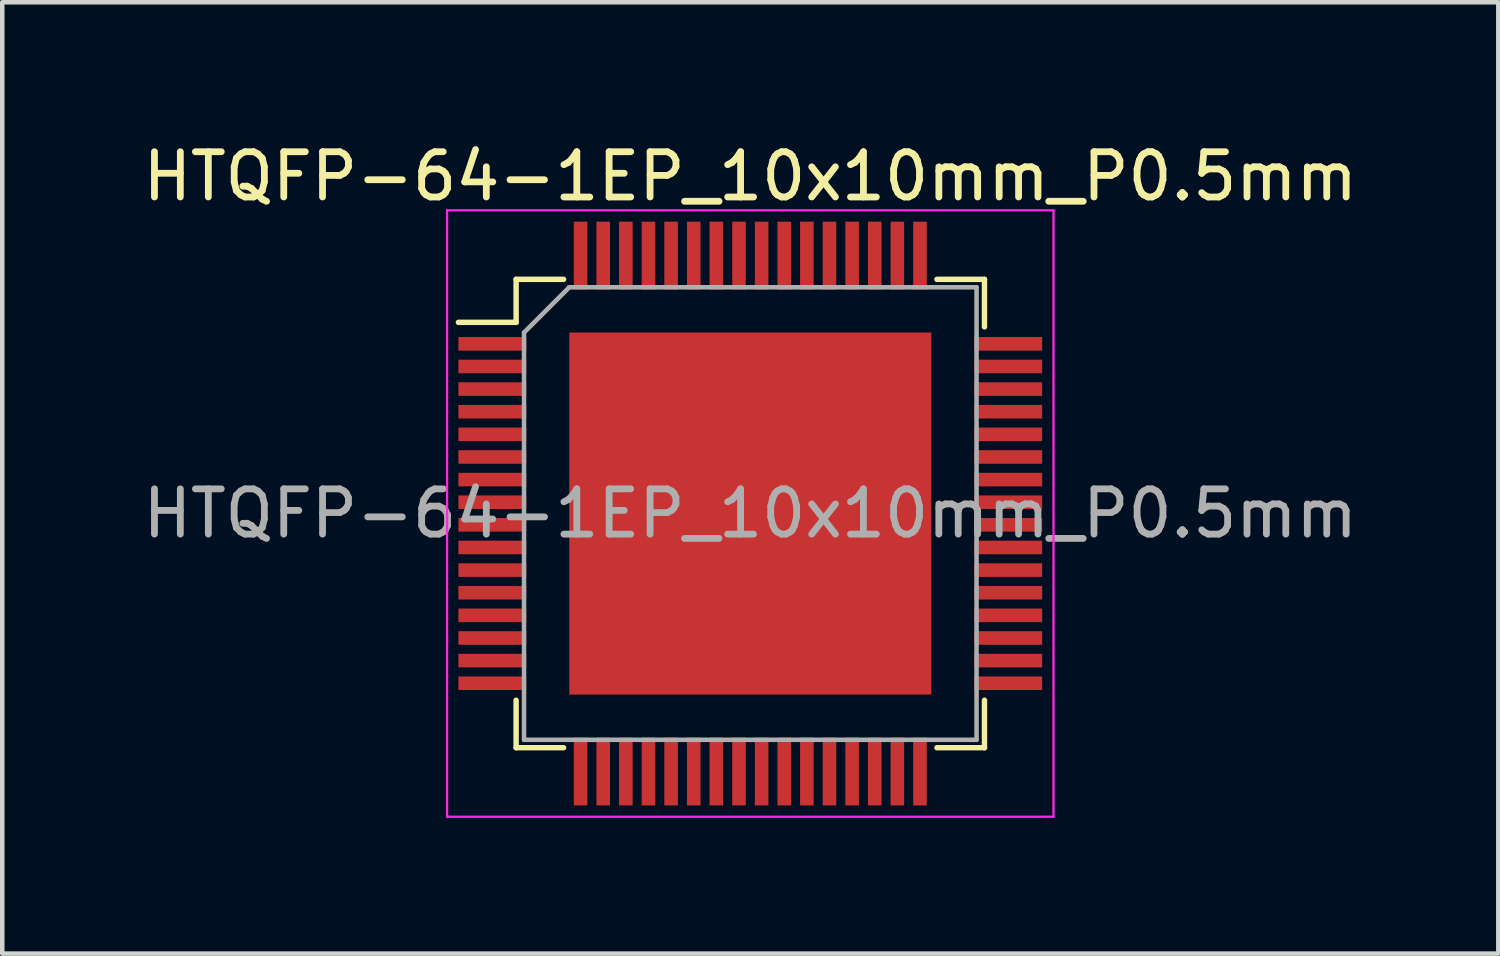
<source format=kicad_pcb>
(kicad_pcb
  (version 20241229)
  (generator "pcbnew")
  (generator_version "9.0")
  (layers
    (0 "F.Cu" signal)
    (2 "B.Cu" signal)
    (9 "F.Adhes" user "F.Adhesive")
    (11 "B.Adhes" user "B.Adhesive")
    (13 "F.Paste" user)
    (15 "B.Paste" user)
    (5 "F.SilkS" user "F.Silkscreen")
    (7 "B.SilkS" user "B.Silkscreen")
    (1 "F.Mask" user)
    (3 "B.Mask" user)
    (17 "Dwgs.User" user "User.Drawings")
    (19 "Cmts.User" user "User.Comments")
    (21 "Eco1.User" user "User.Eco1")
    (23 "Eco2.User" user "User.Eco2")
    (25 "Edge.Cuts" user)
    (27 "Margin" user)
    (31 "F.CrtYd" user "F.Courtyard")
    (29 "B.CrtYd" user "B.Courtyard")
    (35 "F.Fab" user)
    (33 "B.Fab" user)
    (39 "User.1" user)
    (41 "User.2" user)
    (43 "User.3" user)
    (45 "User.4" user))
  (footprint "HTQFP-64-1EP_10x10mm_P0.5mm"
    (layer "F.Cu")
    (at 13.53 8.298)
    (property "Reference" "HTQFP-64-1EP_10x10mm_P0.5mm" (at 0 -7.45 0) (layer "F.SilkS") (effects (font (size 1 1) (thickness 0.15))))
    (attr smd)
    (fp_line (start -5.175 -5.175) (end -5.175 -4.225) (stroke (width 0.12) (type solid)) (layer "F.SilkS"))
    (fp_line (start -5.175 -5.175) (end -4.125 -5.175) (stroke (width 0.12) (type solid)) (layer "F.SilkS"))
    (fp_line (start -5.175 -4.225) (end -6.45 -4.225) (stroke (width 0.12) (type solid)) (layer "F.SilkS"))
    (fp_line (start -5.175 5.175) (end -5.175 4.125) (stroke (width 0.12) (type solid)) (layer "F.SilkS"))
    (fp_line (start -5.175 5.175) (end -4.125 5.175) (stroke (width 0.12) (type solid)) (layer "F.SilkS"))
    (fp_line (start 5.175 -5.175) (end 4.125 -5.175) (stroke (width 0.12) (type solid)) (layer "F.SilkS"))
    (fp_line (start 5.175 -5.175) (end 5.175 -4.125) (stroke (width 0.12) (type solid)) (layer "F.SilkS"))
    (fp_line (start 5.175 5.175) (end 4.125 5.175) (stroke (width 0.12) (type solid)) (layer "F.SilkS"))
    (fp_line (start 5.175 5.175) (end 5.175 4.125) (stroke (width 0.12) (type solid)) (layer "F.SilkS"))
    (fp_line (start -6.7 -6.7) (end -6.7 6.7) (stroke (width 0.05) (type solid)) (layer "F.CrtYd"))
    (fp_line (start -6.7 -6.7) (end 6.7 -6.7) (stroke (width 0.05) (type solid)) (layer "F.CrtYd"))
    (fp_line (start -6.7 6.7) (end 6.7 6.7) (stroke (width 0.05) (type solid)) (layer "F.CrtYd"))
    (fp_line (start 6.7 -6.7) (end 6.7 6.7) (stroke (width 0.05) (type solid)) (layer "F.CrtYd"))
    (fp_line (start -5 -4) (end -4 -5) (stroke (width 0.1) (type solid)) (layer "F.Fab"))
    (fp_line (start -5 5) (end -5 -4) (stroke (width 0.1) (type solid)) (layer "F.Fab"))
    (fp_line (start -4 -5) (end 5 -5) (stroke (width 0.1) (type solid)) (layer "F.Fab"))
    (fp_line (start 5 -5) (end 5 5) (stroke (width 0.1) (type solid)) (layer "F.Fab"))
    (fp_line (start 5 5) (end -5 5) (stroke (width 0.1) (type solid)) (layer "F.Fab"))
    (fp_text user "${REFERENCE}" (at 0 0 0) (layer "F.Fab") (effects (font (size 1 1) (thickness 0.15))))
    (pad "" smd rect (at -2 -2 180) (size 3.2 3.2) (layers "F.Paste"))
    (pad "" smd rect (at -2 2 180) (size 3.2 3.2) (layers "F.Paste"))
    (pad "" smd rect (at 2 -2 180) (size 3.2 3.2) (layers "F.Paste"))
    (pad "" smd rect (at 2 2 180) (size 3.2 3.2) (layers "F.Paste"))
    (pad "1" smd rect (at -5.7 -3.75) (size 1.5 0.3) (layers "F.Cu" "F.Mask" "F.Paste"))
    (pad "2" smd rect (at -5.7 -3.25) (size 1.5 0.3) (layers "F.Cu" "F.Mask" "F.Paste"))
    (pad "3" smd rect (at -5.7 -2.75) (size 1.5 0.3) (layers "F.Cu" "F.Mask" "F.Paste"))
    (pad "4" smd rect (at -5.7 -2.25) (size 1.5 0.3) (layers "F.Cu" "F.Mask" "F.Paste"))
    (pad "5" smd rect (at -5.7 -1.75) (size 1.5 0.3) (layers "F.Cu" "F.Mask" "F.Paste"))
    (pad "6" smd rect (at -5.7 -1.25) (size 1.5 0.3) (layers "F.Cu" "F.Mask" "F.Paste"))
    (pad "7" smd rect (at -5.7 -0.75) (size 1.5 0.3) (layers "F.Cu" "F.Mask" "F.Paste"))
    (pad "8" smd rect (at -5.7 -0.25) (size 1.5 0.3) (layers "F.Cu" "F.Mask" "F.Paste"))
    (pad "9" smd rect (at -5.7 0.25) (size 1.5 0.3) (layers "F.Cu" "F.Mask" "F.Paste"))
    (pad "10" smd rect (at -5.7 0.75) (size 1.5 0.3) (layers "F.Cu" "F.Mask" "F.Paste"))
    (pad "11" smd rect (at -5.7 1.25) (size 1.5 0.3) (layers "F.Cu" "F.Mask" "F.Paste"))
    (pad "12" smd rect (at -5.7 1.75) (size 1.5 0.3) (layers "F.Cu" "F.Mask" "F.Paste"))
    (pad "13" smd rect (at -5.7 2.25) (size 1.5 0.3) (layers "F.Cu" "F.Mask" "F.Paste"))
    (pad "14" smd rect (at -5.7 2.75) (size 1.5 0.3) (layers "F.Cu" "F.Mask" "F.Paste"))
    (pad "15" smd rect (at -5.7 3.25) (size 1.5 0.3) (layers "F.Cu" "F.Mask" "F.Paste"))
    (pad "16" smd rect (at -5.7 3.75) (size 1.5 0.3) (layers "F.Cu" "F.Mask" "F.Paste"))
    (pad "17" smd rect (at -3.75 5.7 90) (size 1.5 0.3) (layers "F.Cu" "F.Mask" "F.Paste"))
    (pad "18" smd rect (at -3.25 5.7 90) (size 1.5 0.3) (layers "F.Cu" "F.Mask" "F.Paste"))
    (pad "19" smd rect (at -2.75 5.7 90) (size 1.5 0.3) (layers "F.Cu" "F.Mask" "F.Paste"))
    (pad "20" smd rect (at -2.25 5.7 90) (size 1.5 0.3) (layers "F.Cu" "F.Mask" "F.Paste"))
    (pad "21" smd rect (at -1.75 5.7 90) (size 1.5 0.3) (layers "F.Cu" "F.Mask" "F.Paste"))
    (pad "22" smd rect (at -1.25 5.7 90) (size 1.5 0.3) (layers "F.Cu" "F.Mask" "F.Paste"))
    (pad "23" smd rect (at -0.75 5.7 90) (size 1.5 0.3) (layers "F.Cu" "F.Mask" "F.Paste"))
    (pad "24" smd rect (at -0.25 5.7 90) (size 1.5 0.3) (layers "F.Cu" "F.Mask" "F.Paste"))
    (pad "25" smd rect (at 0.25 5.7 90) (size 1.5 0.3) (layers "F.Cu" "F.Mask" "F.Paste"))
    (pad "26" smd rect (at 0.75 5.7 90) (size 1.5 0.3) (layers "F.Cu" "F.Mask" "F.Paste"))
    (pad "27" smd rect (at 1.25 5.7 90) (size 1.5 0.3) (layers "F.Cu" "F.Mask" "F.Paste"))
    (pad "28" smd rect (at 1.75 5.7 90) (size 1.5 0.3) (layers "F.Cu" "F.Mask" "F.Paste"))
    (pad "29" smd rect (at 2.25 5.7 90) (size 1.5 0.3) (layers "F.Cu" "F.Mask" "F.Paste"))
    (pad "30" smd rect (at 2.75 5.7 90) (size 1.5 0.3) (layers "F.Cu" "F.Mask" "F.Paste"))
    (pad "31" smd rect (at 3.25 5.7 90) (size 1.5 0.3) (layers "F.Cu" "F.Mask" "F.Paste"))
    (pad "32" smd rect (at 3.75 5.7 90) (size 1.5 0.3) (layers "F.Cu" "F.Mask" "F.Paste"))
    (pad "33" smd rect (at 5.7 3.75) (size 1.5 0.3) (layers "F.Cu" "F.Mask" "F.Paste"))
    (pad "34" smd rect (at 5.7 3.25) (size 1.5 0.3) (layers "F.Cu" "F.Mask" "F.Paste"))
    (pad "35" smd rect (at 5.7 2.75) (size 1.5 0.3) (layers "F.Cu" "F.Mask" "F.Paste"))
    (pad "36" smd rect (at 5.7 2.25) (size 1.5 0.3) (layers "F.Cu" "F.Mask" "F.Paste"))
    (pad "37" smd rect (at 5.7 1.75) (size 1.5 0.3) (layers "F.Cu" "F.Mask" "F.Paste"))
    (pad "38" smd rect (at 5.7 1.25) (size 1.5 0.3) (layers "F.Cu" "F.Mask" "F.Paste"))
    (pad "39" smd rect (at 5.7 0.75) (size 1.5 0.3) (layers "F.Cu" "F.Mask" "F.Paste"))
    (pad "40" smd rect (at 5.7 0.25) (size 1.5 0.3) (layers "F.Cu" "F.Mask" "F.Paste"))
    (pad "41" smd rect (at 5.7 -0.25) (size 1.5 0.3) (layers "F.Cu" "F.Mask" "F.Paste"))
    (pad "42" smd rect (at 5.7 -0.75) (size 1.5 0.3) (layers "F.Cu" "F.Mask" "F.Paste"))
    (pad "43" smd rect (at 5.7 -1.25) (size 1.5 0.3) (layers "F.Cu" "F.Mask" "F.Paste"))
    (pad "44" smd rect (at 5.7 -1.75) (size 1.5 0.3) (layers "F.Cu" "F.Mask" "F.Paste"))
    (pad "45" smd rect (at 5.7 -2.25) (size 1.5 0.3) (layers "F.Cu" "F.Mask" "F.Paste"))
    (pad "46" smd rect (at 5.7 -2.75) (size 1.5 0.3) (layers "F.Cu" "F.Mask" "F.Paste"))
    (pad "47" smd rect (at 5.7 -3.25) (size 1.5 0.3) (layers "F.Cu" "F.Mask" "F.Paste"))
    (pad "48" smd rect (at 5.7 -3.75) (size 1.5 0.3) (layers "F.Cu" "F.Mask" "F.Paste"))
    (pad "49" smd rect (at 3.75 -5.7 90) (size 1.5 0.3) (layers "F.Cu" "F.Mask" "F.Paste"))
    (pad "50" smd rect (at 3.25 -5.7 90) (size 1.5 0.3) (layers "F.Cu" "F.Mask" "F.Paste"))
    (pad "51" smd rect (at 2.75 -5.7 90) (size 1.5 0.3) (layers "F.Cu" "F.Mask" "F.Paste"))
    (pad "52" smd rect (at 2.25 -5.7 90) (size 1.5 0.3) (layers "F.Cu" "F.Mask" "F.Paste"))
    (pad "53" smd rect (at 1.75 -5.7 90) (size 1.5 0.3) (layers "F.Cu" "F.Mask" "F.Paste"))
    (pad "54" smd rect (at 1.25 -5.7 90) (size 1.5 0.3) (layers "F.Cu" "F.Mask" "F.Paste"))
    (pad "55" smd rect (at 0.75 -5.7 90) (size 1.5 0.3) (layers "F.Cu" "F.Mask" "F.Paste"))
    (pad "56" smd rect (at 0.25 -5.7 90) (size 1.5 0.3) (layers "F.Cu" "F.Mask" "F.Paste"))
    (pad "57" smd rect (at -0.25 -5.7 90) (size 1.5 0.3) (layers "F.Cu" "F.Mask" "F.Paste"))
    (pad "58" smd rect (at -0.75 -5.7 90) (size 1.5 0.3) (layers "F.Cu" "F.Mask" "F.Paste"))
    (pad "59" smd rect (at -1.25 -5.7 90) (size 1.5 0.3) (layers "F.Cu" "F.Mask" "F.Paste"))
    (pad "60" smd rect (at -1.75 -5.7 90) (size 1.5 0.3) (layers "F.Cu" "F.Mask" "F.Paste"))
    (pad "61" smd rect (at -2.25 -5.7 90) (size 1.5 0.3) (layers "F.Cu" "F.Mask" "F.Paste"))
    (pad "62" smd rect (at -2.75 -5.7 90) (size 1.5 0.3) (layers "F.Cu" "F.Mask" "F.Paste"))
    (pad "63" smd rect (at -3.25 -5.7 90) (size 1.5 0.3) (layers "F.Cu" "F.Mask" "F.Paste"))
    (pad "64" smd rect (at -3.75 -5.7 90) (size 1.5 0.3) (layers "F.Cu" "F.Mask" "F.Paste"))
    (pad "65" smd rect (at 0 0 180) (size 8 8) (layers "F.Cu" "F.Mask")))
  (gr_rect
    (start -3 -3)
    (end 30.06 18.023)
    (stroke (width 0.1) (type default))
    (fill no)
    (layer "Edge.Cuts")))
</source>
